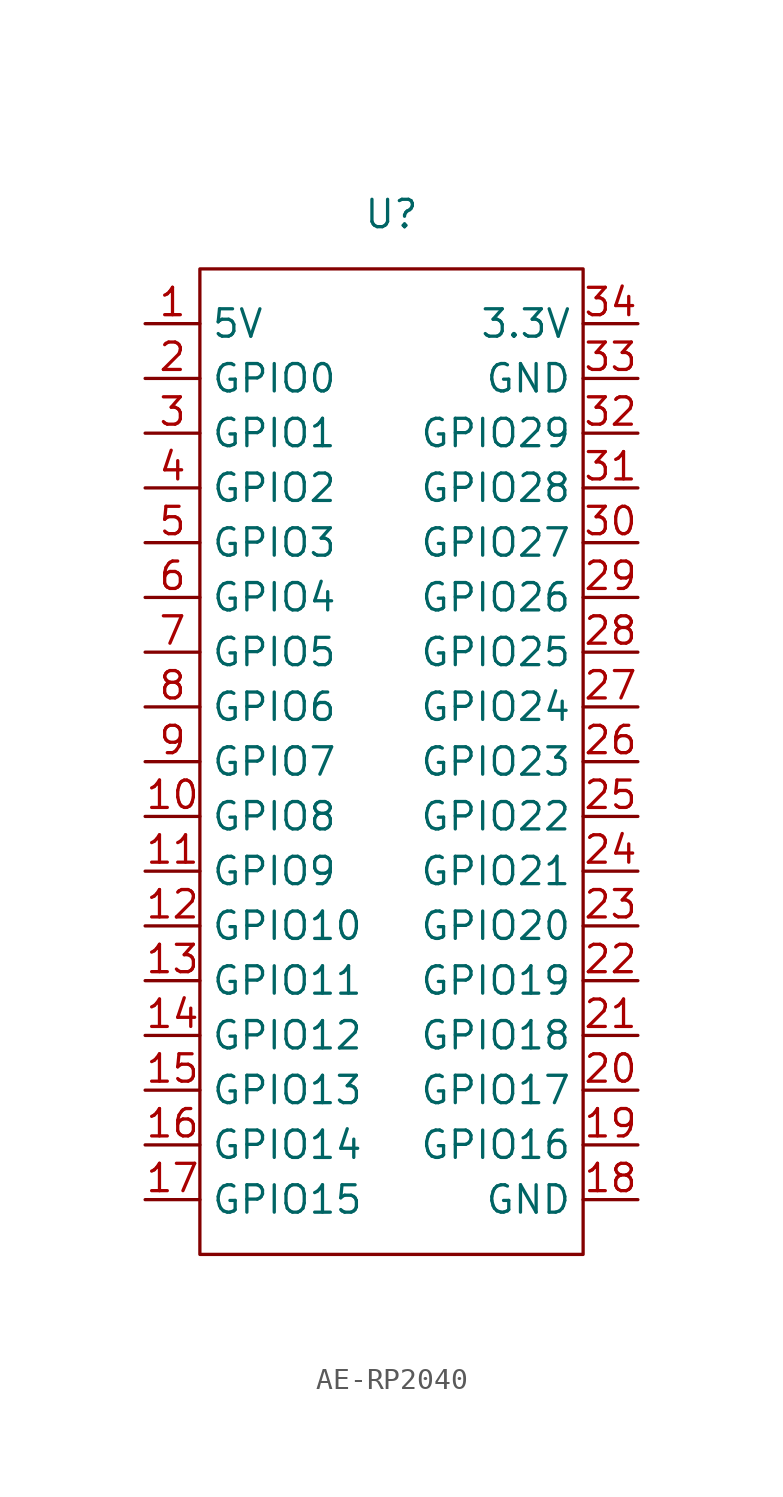
<source format=kicad_sym>
(kicad_symbol_lib
  (version 20220914)
  (generator kicad_symbol_editor)
  (symbol "AE-RP2040"
    (property "Reference" "U"
      (at 0 2.54 0)
      (effects (font (size 1.27 1.27))))
    (property "Value" ""
      (at 0 2.54 0)
      (effects (font (size 1.27 1.27))))
    (symbol "AE-RP2040_0_1"
      (rectangle (start -8.89 0) (end 8.89 -45.72) (stroke (width 0) (type default)) (fill (type none))))
    (symbol "AE-RP2040_1_1"
      (pin power_in line (at -11.43 -2.54 0) (length 2.54) (name "5V" (effects (font (size 1.27 1.27)))) (number "1" (effects (font (size 1.27 1.27)))))
      (pin bidirectional line (at -11.43 -25.4 0) (length 2.54) (name "GPIO8" (effects (font (size 1.27 1.27)))) (number "10" (effects (font (size 1.27 1.27)))))
      (pin bidirectional line (at -11.43 -27.94 0) (length 2.54) (name "GPIO9" (effects (font (size 1.27 1.27)))) (number "11" (effects (font (size 1.27 1.27)))))
      (pin bidirectional line (at -11.43 -30.48 0) (length 2.54) (name "GPIO10" (effects (font (size 1.27 1.27)))) (number "12" (effects (font (size 1.27 1.27)))))
      (pin bidirectional line (at -11.43 -33.02 0) (length 2.54) (name "GPIO11" (effects (font (size 1.27 1.27)))) (number "13" (effects (font (size 1.27 1.27)))))
      (pin bidirectional line (at -11.43 -35.56 0) (length 2.54) (name "GPIO12" (effects (font (size 1.27 1.27)))) (number "14" (effects (font (size 1.27 1.27)))))
      (pin bidirectional line (at -11.43 -38.1 0) (length 2.54) (name "GPIO13" (effects (font (size 1.27 1.27)))) (number "15" (effects (font (size 1.27 1.27)))))
      (pin bidirectional line (at -11.43 -40.64 0) (length 2.54) (name "GPIO14" (effects (font (size 1.27 1.27)))) (number "16" (effects (font (size 1.27 1.27)))))
      (pin bidirectional line (at -11.43 -43.18 0) (length 2.54) (name "GPIO15" (effects (font (size 1.27 1.27)))) (number "17" (effects (font (size 1.27 1.27)))))
      (pin power_in line (at 11.43 -43.18 180) (length 2.54) (name "GND" (effects (font (size 1.27 1.27)))) (number "18" (effects (font (size 1.27 1.27)))))
      (pin bidirectional line (at 11.43 -40.64 180) (length 2.54) (name "GPIO16" (effects (font (size 1.27 1.27)))) (number "19" (effects (font (size 1.27 1.27)))))
      (pin bidirectional line (at -11.43 -5.08 0) (length 2.54) (name "GPIO0" (effects (font (size 1.27 1.27)))) (number "2" (effects (font (size 1.27 1.27)))))
      (pin bidirectional line (at 11.43 -38.1 180) (length 2.54) (name "GPIO17" (effects (font (size 1.27 1.27)))) (number "20" (effects (font (size 1.27 1.27)))))
      (pin bidirectional line (at 11.43 -35.56 180) (length 2.54) (name "GPIO18" (effects (font (size 1.27 1.27)))) (number "21" (effects (font (size 1.27 1.27)))))
      (pin bidirectional line (at 11.43 -33.02 180) (length 2.54) (name "GPIO19" (effects (font (size 1.27 1.27)))) (number "22" (effects (font (size 1.27 1.27)))))
      (pin bidirectional line (at 11.43 -30.48 180) (length 2.54) (name "GPIO20" (effects (font (size 1.27 1.27)))) (number "23" (effects (font (size 1.27 1.27)))))
      (pin bidirectional line (at 11.43 -27.94 180) (length 2.54) (name "GPIO21" (effects (font (size 1.27 1.27)))) (number "24" (effects (font (size 1.27 1.27)))))
      (pin bidirectional line (at 11.43 -25.4 180) (length 2.54) (name "GPIO22" (effects (font (size 1.27 1.27)))) (number "25" (effects (font (size 1.27 1.27)))))
      (pin bidirectional line (at 11.43 -22.86 180) (length 2.54) (name "GPIO23" (effects (font (size 1.27 1.27)))) (number "26" (effects (font (size 1.27 1.27)))))
      (pin bidirectional line (at 11.43 -20.32 180) (length 2.54) (name "GPIO24" (effects (font (size 1.27 1.27)))) (number "27" (effects (font (size 1.27 1.27)))))
      (pin bidirectional line (at 11.43 -17.78 180) (length 2.54) (name "GPIO25" (effects (font (size 1.27 1.27)))) (number "28" (effects (font (size 1.27 1.27)))))
      (pin bidirectional line (at 11.43 -15.24 180) (length 2.54) (name "GPIO26" (effects (font (size 1.27 1.27)))) (number "29" (effects (font (size 1.27 1.27)))))
      (pin bidirectional line (at -11.43 -7.62 0) (length 2.54) (name "GPIO1" (effects (font (size 1.27 1.27)))) (number "3" (effects (font (size 1.27 1.27)))))
      (pin bidirectional line (at 11.43 -12.7 180) (length 2.54) (name "GPIO27" (effects (font (size 1.27 1.27)))) (number "30" (effects (font (size 1.27 1.27)))))
      (pin bidirectional line (at 11.43 -10.16 180) (length 2.54) (name "GPIO28" (effects (font (size 1.27 1.27)))) (number "31" (effects (font (size 1.27 1.27)))))
      (pin bidirectional line (at 11.43 -7.62 180) (length 2.54) (name "GPIO29" (effects (font (size 1.27 1.27)))) (number "32" (effects (font (size 1.27 1.27)))))
      (pin power_in line (at 11.43 -5.08 180) (length 2.54) (name "GND" (effects (font (size 1.27 1.27)))) (number "33" (effects (font (size 1.27 1.27)))))
      (pin power_in line (at 11.43 -2.54 180) (length 2.54) (name "3.3V" (effects (font (size 1.27 1.27)))) (number "34" (effects (font (size 1.27 1.27)))))
      (pin bidirectional line (at -11.43 -10.16 0) (length 2.54) (name "GPIO2" (effects (font (size 1.27 1.27)))) (number "4" (effects (font (size 1.27 1.27)))))
      (pin bidirectional line (at -11.43 -12.7 0) (length 2.54) (name "GPIO3" (effects (font (size 1.27 1.27)))) (number "5" (effects (font (size 1.27 1.27)))))
      (pin bidirectional line (at -11.43 -15.24 0) (length 2.54) (name "GPIO4" (effects (font (size 1.27 1.27)))) (number "6" (effects (font (size 1.27 1.27)))))
      (pin bidirectional line (at -11.43 -17.78 0) (length 2.54) (name "GPIO5" (effects (font (size 1.27 1.27)))) (number "7" (effects (font (size 1.27 1.27)))))
      (pin bidirectional line (at -11.43 -20.32 0) (length 2.54) (name "GPIO6" (effects (font (size 1.27 1.27)))) (number "8" (effects (font (size 1.27 1.27)))))
      (pin bidirectional line (at -11.43 -22.86 0) (length 2.54) (name "GPIO7" (effects (font (size 1.27 1.27)))) (number "9" (effects (font (size 1.27 1.27))))))))
</source>
